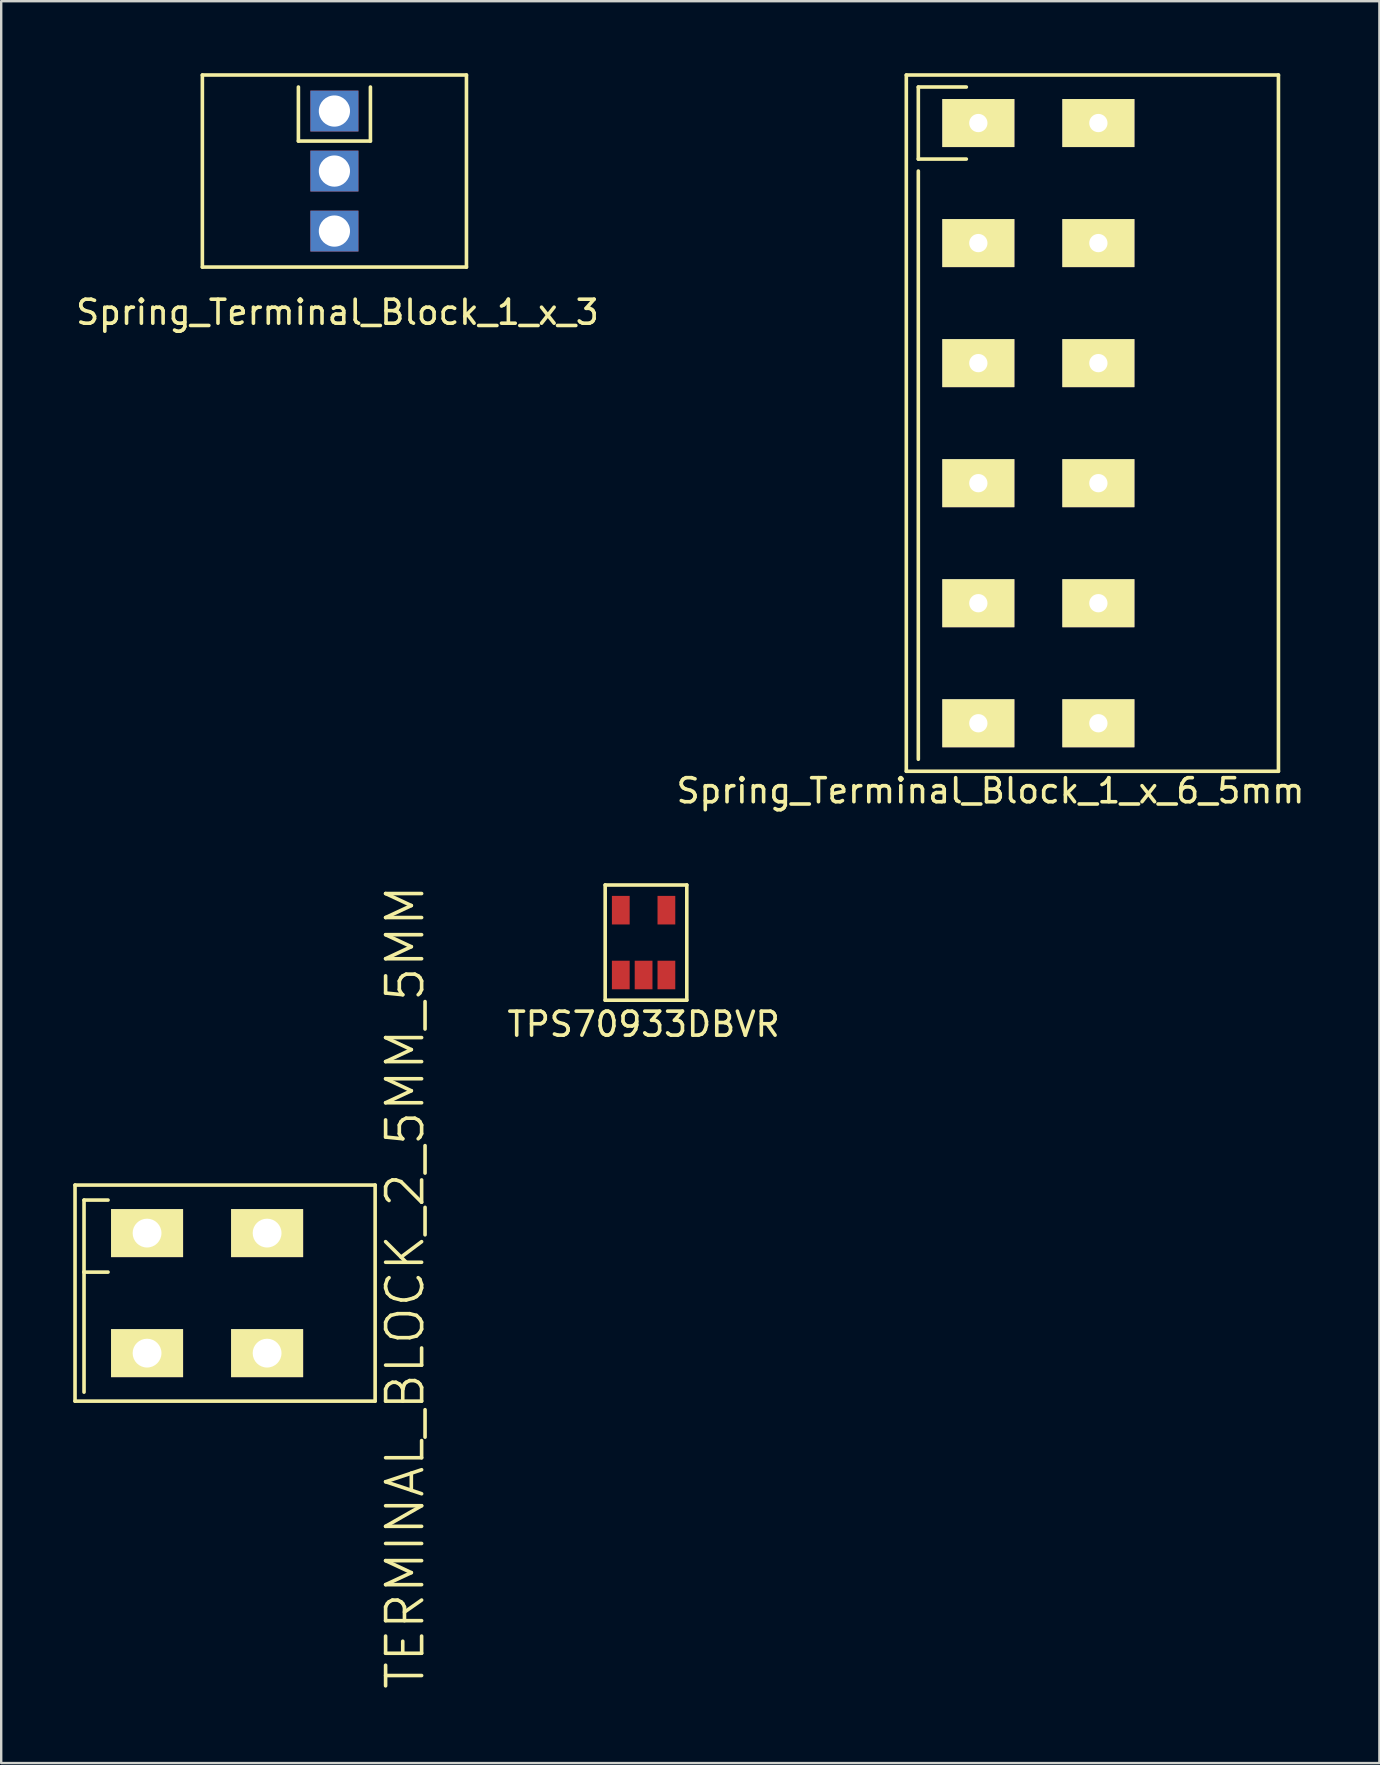
<source format=kicad_pcb>
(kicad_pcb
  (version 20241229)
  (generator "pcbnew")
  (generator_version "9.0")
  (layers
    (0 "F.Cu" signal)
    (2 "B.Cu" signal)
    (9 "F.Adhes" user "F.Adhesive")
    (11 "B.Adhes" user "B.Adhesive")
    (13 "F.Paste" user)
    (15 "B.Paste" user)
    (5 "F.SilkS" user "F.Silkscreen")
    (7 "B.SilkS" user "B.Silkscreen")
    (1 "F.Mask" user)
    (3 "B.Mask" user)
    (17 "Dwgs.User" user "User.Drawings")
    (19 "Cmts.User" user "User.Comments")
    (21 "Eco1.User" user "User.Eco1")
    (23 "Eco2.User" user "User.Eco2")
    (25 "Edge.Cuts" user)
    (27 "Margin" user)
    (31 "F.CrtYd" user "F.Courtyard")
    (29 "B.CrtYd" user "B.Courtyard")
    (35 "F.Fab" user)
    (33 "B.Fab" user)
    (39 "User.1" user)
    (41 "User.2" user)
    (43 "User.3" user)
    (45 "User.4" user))
  (footprint "TERMINAL_BLOCK_2_5MM_5MM"
    (layer "F.Cu")
    (at 3.075 48.311)
    (property "Reference" "TERMINAL_BLOCK_2_5MM_5MM" (at 10.75 2.25 270) (layer "F.SilkS") (effects (font (size 1.5 1.5) (thickness 0.15))))
    (attr through_hole)
    (fp_line (start -3 -2) (end -3 7) (stroke (width 0.15) (type solid)) (layer "F.SilkS"))
    (fp_line (start -3 7) (end 9.5 7) (stroke (width 0.15) (type solid)) (layer "F.SilkS"))
    (fp_line (start -2.625 -1.375) (end -2.625 1.625) (stroke (width 0.15) (type solid)) (layer "F.SilkS"))
    (fp_line (start -2.625 1.625) (end -2.625 6.625) (stroke (width 0.15) (type solid)) (layer "F.SilkS"))
    (fp_line (start -2.625 1.625) (end -1.625 1.625) (stroke (width 0.15) (type solid)) (layer "F.SilkS"))
    (fp_line (start -1.625 -1.375) (end -2.625 -1.375) (stroke (width 0.15) (type solid)) (layer "F.SilkS"))
    (fp_line (start 9.5 -2) (end -3 -2) (stroke (width 0.15) (type solid)) (layer "F.SilkS"))
    (fp_line (start 9.5 -2) (end 9.5 7) (stroke (width 0.15) (type solid)) (layer "F.SilkS"))
    (pad "1" thru_hole rect (at 0 0 270) (size 2 3) (drill 1.2) (layers "*.Cu" "*.Mask" "F.SilkS"))
    (pad "2" thru_hole rect (at 0 5 270) (size 2 3) (drill 1.2) (layers "*.Cu" "*.Mask" "F.SilkS"))
    (pad "3" thru_hole rect (at 5 5 270) (size 2 3) (drill 1.2) (layers "*.Cu" "*.Mask" "F.SilkS"))
    (pad "4" thru_hole rect (at 5 0 270) (size 2 3) (drill 1.2) (layers "*.Cu" "*.Mask" "F.SilkS")))
  (footprint "Spring_Terminal_Block_1_x_6_5mm"
    (layer "F.Cu")
    (at 37.7 2.075)
    (property "Reference" "Spring_Terminal_Block_1_x_6_5mm" (at 0.508 27.813 0) (layer "F.SilkS") (effects (font (size 1 1) (thickness 0.15))))
    (attr through_hole)
    (fp_line (start -3 -2) (end 12.5 -2) (stroke (width 0.15) (type solid)) (layer "F.SilkS"))
    (fp_line (start -3 27) (end -3 -2) (stroke (width 0.15) (type solid)) (layer "F.SilkS"))
    (fp_line (start -2.5 -1.5) (end -2.5 1.5) (stroke (width 0.15) (type solid)) (layer "F.SilkS"))
    (fp_line (start -2.5 1.5) (end -0.5 1.5) (stroke (width 0.15) (type solid)) (layer "F.SilkS"))
    (fp_line (start -2.5 2) (end -2.5 26.5) (stroke (width 0.15) (type solid)) (layer "F.SilkS"))
    (fp_line (start -0.5 -1.5) (end -2.5 -1.5) (stroke (width 0.15) (type solid)) (layer "F.SilkS"))
    (fp_line (start 12.5 -2) (end 12.5 27) (stroke (width 0.15) (type solid)) (layer "F.SilkS"))
    (fp_line (start 12.5 27) (end -3 27) (stroke (width 0.15) (type solid)) (layer "F.SilkS"))
    (pad "1" thru_hole rect (at 0 0) (size 3 2) (drill 0.762) (layers "*.Cu" "*.Mask" "F.SilkS"))
    (pad "2" thru_hole rect (at 0 5) (size 3 2) (drill 0.762) (layers "*.Cu" "*.Mask" "F.SilkS"))
    (pad "3" thru_hole rect (at 0 10) (size 3 2) (drill 0.762) (layers "*.Cu" "*.Mask" "F.SilkS"))
    (pad "4" thru_hole rect (at 0 15) (size 3 2) (drill 0.762) (layers "*.Cu" "*.Mask" "F.SilkS"))
    (pad "5" thru_hole rect (at 0 20) (size 3 2) (drill 0.762) (layers "*.Cu" "*.Mask" "F.SilkS"))
    (pad "6" thru_hole rect (at 0 25) (size 3 2) (drill 0.762) (layers "*.Cu" "*.Mask" "F.SilkS"))
    (pad "7" thru_hole rect (at 5 25) (size 3 2) (drill 0.762) (layers "*.Cu" "*.Mask" "F.SilkS"))
    (pad "8" thru_hole rect (at 5 20) (size 3 2) (drill 0.762) (layers "*.Cu" "*.Mask" "F.SilkS"))
    (pad "9" thru_hole rect (at 5 15) (size 3 2) (drill 0.762) (layers "*.Cu" "*.Mask" "F.SilkS"))
    (pad "10" thru_hole rect (at 5 10) (size 3 2) (drill 0.762) (layers "*.Cu" "*.Mask" "F.SilkS"))
    (pad "11" thru_hole rect (at 5 5) (size 3 2) (drill 0.762) (layers "*.Cu" "*.Mask" "F.SilkS"))
    (pad "12" thru_hole rect (at 5 0) (size 3 2) (drill 0.762) (layers "*.Cu" "*.Mask" "F.SilkS")))
  (footprint "TPS70933DBVR"
    (layer "F.Cu")
    (at 23.757 36.211)
    (property "Reference" "TPS70933DBVR" (at 0 3.4 0) (layer "F.SilkS") (effects (font (size 1 1) (thickness 0.15))))
    (attr through_hole)
    (fp_line (start -1.6 -2.4) (end 1.8 -2.4) (stroke (width 0.15) (type solid)) (layer "F.SilkS"))
    (fp_line (start -1.6 2.4) (end -1.6 -2.4) (stroke (width 0.15) (type solid)) (layer "F.SilkS"))
    (fp_line (start 1.8 -2.4) (end 1.8 2.4) (stroke (width 0.15) (type solid)) (layer "F.SilkS"))
    (fp_line (start 1.8 2.4) (end -1.6 2.4) (stroke (width 0.15) (type solid)) (layer "F.SilkS"))
    (pad "1" smd rect (at -0.95 1.35) (size 0.74 1.19) (layers "F.Cu" "F.Mask" "F.Paste"))
    (pad "2" smd rect (at 0 1.35) (size 0.74 1.19) (layers "F.Cu" "F.Mask" "F.Paste"))
    (pad "3" smd rect (at 0.95 1.35) (size 0.74 1.19) (layers "F.Cu" "F.Mask" "F.Paste"))
    (pad "4" smd rect (at 0.95 -1.35) (size 0.74 1.19) (layers "F.Cu" "F.Mask" "F.Paste"))
    (pad "5" smd rect (at -0.95 -1.35) (size 0.74 1.19) (layers "F.Cu" "F.Mask" "F.Paste")))
  (footprint "Spring_Terminal_Block_1_x_3"
    (layer "F.Cu")
    (at 10.879 1.575)
    (property "Reference" "Spring_Terminal_Block_1_x_3" (at 0.127 8.382 0) (layer "F.SilkS") (effects (font (size 1 1) (thickness 0.15))))
    (attr through_hole)
    (fp_line (start -5.5 -1.5) (end 5.5 -1.5) (stroke (width 0.15) (type solid)) (layer "F.SilkS"))
    (fp_line (start -5.5 6.5) (end -5.5 -1.5) (stroke (width 0.15) (type solid)) (layer "F.SilkS"))
    (fp_line (start -1.5 -1) (end -1.5 1.25) (stroke (width 0.15) (type solid)) (layer "F.SilkS"))
    (fp_line (start -1.5 1.25) (end 1.5 1.25) (stroke (width 0.15) (type solid)) (layer "F.SilkS"))
    (fp_line (start 1.5 1.25) (end 1.5 -1) (stroke (width 0.15) (type solid)) (layer "F.SilkS"))
    (fp_line (start 5.5 -1.5) (end 5.5 6.5) (stroke (width 0.15) (type solid)) (layer "F.SilkS"))
    (fp_line (start 5.5 6.5) (end -5.5 6.5) (stroke (width 0.15) (type solid)) (layer "F.SilkS"))
    (pad "1" thru_hole rect (at 0 0) (size 2 1.7) (drill 1.3) (layers "*.Cu" "*.Mask"))
    (pad "2" thru_hole rect (at 0 2.5) (size 2 1.7) (drill 1.3) (layers "*.Cu" "*.Mask"))
    (pad "3" thru_hole rect (at 0 5) (size 2 1.7) (drill 1.3) (layers "*.Cu" "*.Mask")))
  (gr_rect
    (start -3 -3)
    (end 54.405 70.386)
    (stroke (width 0.1) (type default))
    (fill no)
    (layer "Edge.Cuts")))
</source>
